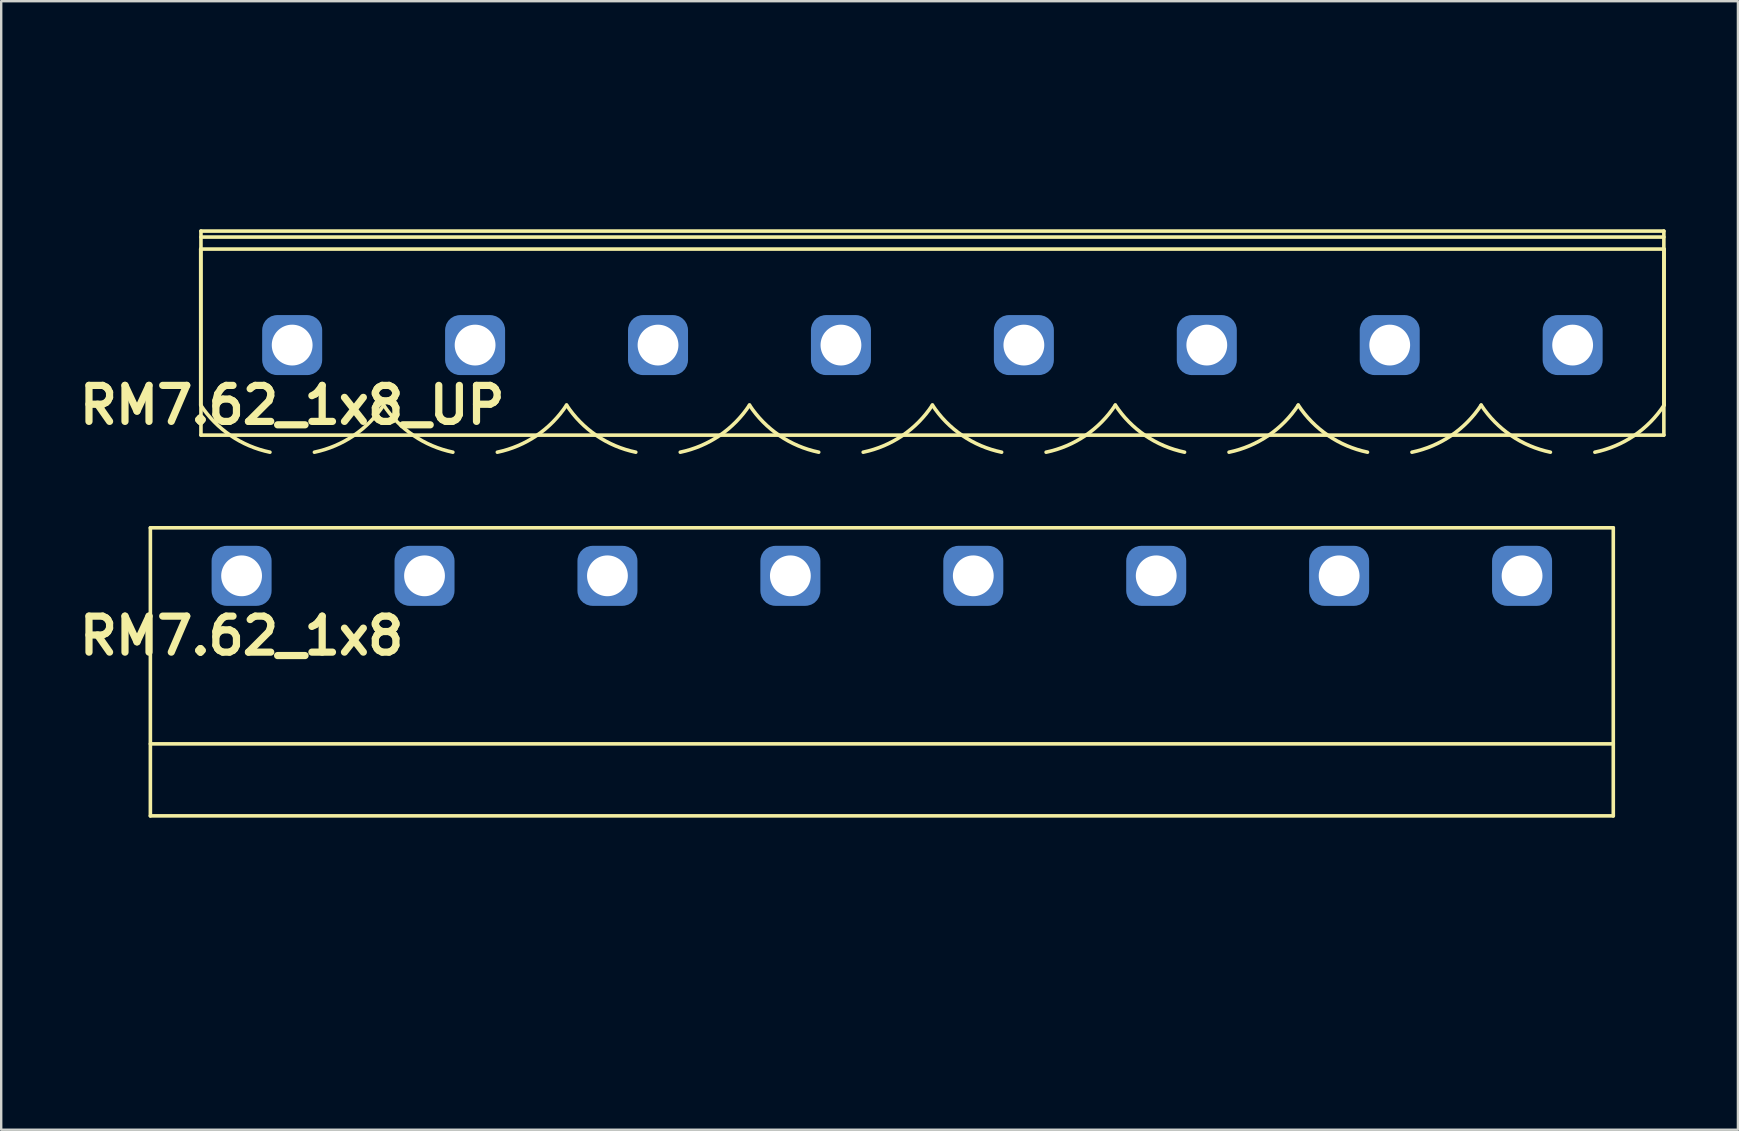
<source format=kicad_pcb>
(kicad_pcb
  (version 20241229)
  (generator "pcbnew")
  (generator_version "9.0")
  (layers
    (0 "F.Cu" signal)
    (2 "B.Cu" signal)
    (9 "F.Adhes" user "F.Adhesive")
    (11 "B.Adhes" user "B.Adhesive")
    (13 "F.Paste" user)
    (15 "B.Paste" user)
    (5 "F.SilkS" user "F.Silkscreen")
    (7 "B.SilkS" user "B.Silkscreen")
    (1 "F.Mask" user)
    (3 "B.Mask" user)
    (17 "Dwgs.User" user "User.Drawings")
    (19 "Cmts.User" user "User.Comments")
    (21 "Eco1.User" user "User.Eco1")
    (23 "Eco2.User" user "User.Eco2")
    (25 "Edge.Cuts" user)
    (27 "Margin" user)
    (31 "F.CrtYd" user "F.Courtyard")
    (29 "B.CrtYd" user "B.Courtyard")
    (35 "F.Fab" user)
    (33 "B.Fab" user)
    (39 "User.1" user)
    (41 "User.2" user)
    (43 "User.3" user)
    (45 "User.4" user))
  (footprint "RM7.62_1x8"
    (layer "F.Cu")
    (at 7.014 20.937)
    (property "Reference" "RM7.62_1x8" (at 0 2.5 0) (layer "F.SilkS") (effects (font (size 1.5 1.5) (thickness 0.3))))
    (attr through_hole)
    (fp_line (start -3.8 -2) (end -3.8 10) (stroke (width 0.15) (type solid)) (layer "F.SilkS"))
    (fp_line (start -3.8 7) (end 57.14 7) (stroke (width 0.15) (type solid)) (layer "F.SilkS"))
    (fp_line (start -3.8 10) (end 57.14 10) (stroke (width 0.15) (type solid)) (layer "F.SilkS"))
    (fp_line (start 57.14 -2) (end -3.8 -2) (stroke (width 0.15) (type solid)) (layer "F.SilkS"))
    (fp_line (start 57.14 10) (end 57.14 -2) (stroke (width 0.15) (type solid)) (layer "F.SilkS"))
    (fp_line (start -3.81 20) (end -3.81 10) (stroke (width 0.15) (type solid)) (layer "Margin"))
    (fp_line (start -3.81 20) (end 57.15 20) (stroke (width 0.15) (type solid)) (layer "Margin"))
    (fp_line (start -1.5 15) (end 1.5 15) (stroke (width 0.15) (type solid)) (layer "Margin"))
    (fp_line (start 6.12 15) (end 9.12 15) (stroke (width 0.15) (type solid)) (layer "Margin"))
    (fp_line (start 13.74 15) (end 16.74 15) (stroke (width 0.15) (type solid)) (layer "Margin"))
    (fp_line (start 21.36 15) (end 24.36 15) (stroke (width 0.15) (type solid)) (layer "Margin"))
    (fp_line (start 28.98 15) (end 31.98 15) (stroke (width 0.15) (type solid)) (layer "Margin"))
    (fp_line (start 36.6 15) (end 39.6 15) (stroke (width 0.15) (type solid)) (layer "Margin"))
    (fp_line (start 44.22 15) (end 47.22 15) (stroke (width 0.15) (type solid)) (layer "Margin"))
    (fp_line (start 51.84 15) (end 54.84 15) (stroke (width 0.15) (type solid)) (layer "Margin"))
    (fp_line (start 57.15 20) (end 57.15 10) (stroke (width 0.15) (type solid)) (layer "Margin"))
    (fp_circle (center 0 15) (end 0 13.5) (stroke (width 0.15) (type solid)) (fill no) (layer "Margin"))
    (fp_circle (center 7.62 15) (end 7.62 13.5) (stroke (width 0.15) (type solid)) (fill no) (layer "Margin"))
    (fp_circle (center 15.24 15) (end 15.24 13.5) (stroke (width 0.15) (type solid)) (fill no) (layer "Margin"))
    (fp_circle (center 22.86 15) (end 22.86 13.5) (stroke (width 0.15) (type solid)) (fill no) (layer "Margin"))
    (fp_circle (center 30.48 15) (end 30.48 13.5) (stroke (width 0.15) (type solid)) (fill no) (layer "Margin"))
    (fp_circle (center 38.1 15) (end 38.1 13.5) (stroke (width 0.15) (type solid)) (fill no) (layer "Margin"))
    (fp_circle (center 45.72 15) (end 45.72 13.5) (stroke (width 0.15) (type solid)) (fill no) (layer "Margin"))
    (fp_circle (center 53.34 15) (end 53.34 13.5) (stroke (width 0.15) (type solid)) (fill no) (layer "Margin"))
    (pad "1" thru_hole circle (at 0 0) (size 2 2) (drill 1.7) (layers "*.Cu" "*.Mask"))
    (pad "1" smd roundrect (at 0 0) (size 2.5 2.5) (layers "B.Cu" "B.Mask") (roundrect_rratio 0.25))
    (pad "2" thru_hole circle (at 7.62 0) (size 2 2) (drill 1.7) (layers "*.Cu" "*.Mask"))
    (pad "2" smd roundrect (at 7.62 0) (size 2.5 2.5) (layers "B.Cu" "B.Mask") (roundrect_rratio 0.25))
    (pad "3" thru_hole circle (at 15.24 0) (size 2 2) (drill 1.7) (layers "*.Cu" "*.Mask"))
    (pad "3" smd roundrect (at 15.24 0) (size 2.5 2.5) (layers "B.Cu" "B.Mask") (roundrect_rratio 0.25))
    (pad "4" thru_hole circle (at 22.86 0) (size 2 2) (drill 1.7) (layers "*.Cu" "*.Mask"))
    (pad "4" smd roundrect (at 22.86 0) (size 2.5 2.5) (layers "B.Cu" "B.Mask") (roundrect_rratio 0.25))
    (pad "5" thru_hole circle (at 30.48 0) (size 2 2) (drill 1.7) (layers "*.Cu" "*.Mask"))
    (pad "5" smd roundrect (at 30.48 0) (size 2.5 2.5) (layers "B.Cu" "B.Mask") (roundrect_rratio 0.25))
    (pad "6" thru_hole circle (at 38.1 0) (size 2 2) (drill 1.7) (layers "*.Cu" "*.Mask"))
    (pad "6" smd roundrect (at 38.1 0) (size 2.5 2.5) (layers "B.Cu" "B.Mask") (roundrect_rratio 0.25))
    (pad "7" thru_hole circle (at 45.72 0) (size 2 2) (drill 1.7) (layers "*.Cu" "*.Mask"))
    (pad "7" smd roundrect (at 45.72 0) (size 2.5 2.5) (layers "B.Cu" "B.Mask") (roundrect_rratio 0.25))
    (pad "8" thru_hole circle (at 53.34 0) (size 2 2) (drill 1.7) (layers "*.Cu" "*.Mask"))
    (pad "8" smd roundrect (at 53.34 0) (size 2.5 2.5) (layers "B.Cu" "B.Mask") (roundrect_rratio 0.25)))
  (footprint "RM7.62_1x8_UP"
    (layer "F.Cu")
    (at 9.121 11.325)
    (property "Reference" "RM7.62_1x8_UP" (at 0 2.5 0) (layer "F.SilkS") (effects (font (size 1.5 1.5) (thickness 0.3))))
    (attr through_hole)
    (fp_line (start -3.81 -4) (end -3.81 2.5) (stroke (width 0.15) (type solid)) (layer "F.SilkS"))
    (fp_line (start -3.81 -4) (end 57.15 -4) (stroke (width 0.15) (type solid)) (layer "F.SilkS"))
    (fp_line (start -3.8 -4.75) (end -3.8 3.75) (stroke (width 0.15) (type solid)) (layer "F.SilkS"))
    (fp_line (start -3.8 -4.5) (end 57.14 -4.5) (stroke (width 0.15) (type solid)) (layer "F.SilkS"))
    (fp_line (start -3.8 3.75) (end 57.14 3.75) (stroke (width 0.15) (type solid)) (layer "F.SilkS"))
    (fp_line (start 57.14 -4.75) (end -3.8 -4.75) (stroke (width 0.15) (type solid)) (layer "F.SilkS"))
    (fp_line (start 57.14 3.75) (end 57.14 -4.75) (stroke (width 0.15) (type solid)) (layer "F.SilkS"))
    (fp_line (start 57.15 -4) (end 57.15 2.5) (stroke (width 0.15) (type solid)) (layer "F.SilkS"))
    (fp_arc (start -0.92631 4.461844) (mid -2.563273 3.767723) (end -3.81 2.5) (stroke (width 0.15) (type solid)) (layer "F.SilkS"))
    (fp_arc (start 3.81 2.5) (mid 2.563272 3.767723) (end 0.92631 4.461844) (stroke (width 0.15) (type solid)) (layer "F.SilkS"))
    (fp_arc (start 6.69369 4.461844) (mid 5.056727 3.767723) (end 3.81 2.5) (stroke (width 0.15) (type solid)) (layer "F.SilkS"))
    (fp_arc (start 11.43 2.5) (mid 10.183272 3.767723) (end 8.54631 4.461844) (stroke (width 0.15) (type solid)) (layer "F.SilkS"))
    (fp_arc (start 14.31369 4.461844) (mid 12.676727 3.767723) (end 11.43 2.5) (stroke (width 0.15) (type solid)) (layer "F.SilkS"))
    (fp_arc (start 19.05 2.5) (mid 17.803272 3.767723) (end 16.16631 4.461844) (stroke (width 0.15) (type solid)) (layer "F.SilkS"))
    (fp_arc (start 21.93369 4.461844) (mid 20.296727 3.767723) (end 19.05 2.5) (stroke (width 0.15) (type solid)) (layer "F.SilkS"))
    (fp_arc (start 26.67 2.5) (mid 25.423272 3.767723) (end 23.78631 4.461844) (stroke (width 0.15) (type solid)) (layer "F.SilkS"))
    (fp_arc (start 29.55369 4.461844) (mid 27.916727 3.767723) (end 26.67 2.5) (stroke (width 0.15) (type solid)) (layer "F.SilkS"))
    (fp_arc (start 34.29 2.5) (mid 33.043272 3.767723) (end 31.40631 4.461844) (stroke (width 0.15) (type solid)) (layer "F.SilkS"))
    (fp_arc (start 37.17369 4.461844) (mid 35.536727 3.767723) (end 34.29 2.5) (stroke (width 0.15) (type solid)) (layer "F.SilkS"))
    (fp_arc (start 41.91 2.5) (mid 40.663272 3.767723) (end 39.02631 4.461844) (stroke (width 0.15) (type solid)) (layer "F.SilkS"))
    (fp_arc (start 44.79369 4.461844) (mid 43.156727 3.767723) (end 41.91 2.5) (stroke (width 0.15) (type solid)) (layer "F.SilkS"))
    (fp_arc (start 49.53 2.5) (mid 48.283272 3.767723) (end 46.64631 4.461844) (stroke (width 0.15) (type solid)) (layer "F.SilkS"))
    (fp_arc (start 52.41369 4.461844) (mid 50.776727 3.767723) (end 49.53 2.5) (stroke (width 0.15) (type solid)) (layer "F.SilkS"))
    (fp_arc (start 57.15 2.5) (mid 55.903272 3.767723) (end 54.26631 4.461844) (stroke (width 0.15) (type solid)) (layer "F.SilkS"))
    (fp_line (start -3.81 -11.25) (end -3.81 3.75) (stroke (width 0.15) (type solid)) (layer "Margin"))
    (fp_line (start -3.81 3.75) (end 57.15 3.75) (stroke (width 0.15) (type solid)) (layer "Margin"))
    (fp_line (start -1.25 -1.25) (end -1.25 1) (stroke (width 0.15) (type solid)) (layer "Margin"))
    (fp_line (start -1.25 1) (end 1.25 1) (stroke (width 0.15) (type solid)) (layer "Margin"))
    (fp_line (start 1.25 -1.25) (end -1.25 -1.25) (stroke (width 0.15) (type solid)) (layer "Margin"))
    (fp_line (start 1.25 1) (end 1.25 -1.25) (stroke (width 0.15) (type solid)) (layer "Margin"))
    (fp_line (start 6.37 -1.25) (end 6.37 1) (stroke (width 0.15) (type solid)) (layer "Margin"))
    (fp_line (start 6.37 1) (end 8.87 1) (stroke (width 0.15) (type solid)) (layer "Margin"))
    (fp_line (start 8.87 -1.25) (end 6.37 -1.25) (stroke (width 0.15) (type solid)) (layer "Margin"))
    (fp_line (start 8.87 1) (end 8.87 -1.25) (stroke (width 0.15) (type solid)) (layer "Margin"))
    (fp_line (start 13.99 -1.25) (end 13.99 1) (stroke (width 0.15) (type solid)) (layer "Margin"))
    (fp_line (start 13.99 1) (end 16.49 1) (stroke (width 0.15) (type solid)) (layer "Margin"))
    (fp_line (start 16.49 -1.25) (end 13.99 -1.25) (stroke (width 0.15) (type solid)) (layer "Margin"))
    (fp_line (start 16.49 1) (end 16.49 -1.25) (stroke (width 0.15) (type solid)) (layer "Margin"))
    (fp_line (start 21.61 -1.25) (end 21.61 1) (stroke (width 0.15) (type solid)) (layer "Margin"))
    (fp_line (start 21.61 1) (end 24.11 1) (stroke (width 0.15) (type solid)) (layer "Margin"))
    (fp_line (start 24.11 -1.25) (end 21.61 -1.25) (stroke (width 0.15) (type solid)) (layer "Margin"))
    (fp_line (start 24.11 1) (end 24.11 -1.25) (stroke (width 0.15) (type solid)) (layer "Margin"))
    (fp_line (start 29.23 -1.25) (end 29.23 1) (stroke (width 0.15) (type solid)) (layer "Margin"))
    (fp_line (start 29.23 1) (end 31.73 1) (stroke (width 0.15) (type solid)) (layer "Margin"))
    (fp_line (start 31.73 -1.25) (end 29.23 -1.25) (stroke (width 0.15) (type solid)) (layer "Margin"))
    (fp_line (start 31.73 1) (end 31.73 -1.25) (stroke (width 0.15) (type solid)) (layer "Margin"))
    (fp_line (start 36.85 -1.25) (end 36.85 1) (stroke (width 0.15) (type solid)) (layer "Margin"))
    (fp_line (start 36.85 1) (end 39.35 1) (stroke (width 0.15) (type solid)) (layer "Margin"))
    (fp_line (start 39.35 -1.25) (end 36.85 -1.25) (stroke (width 0.15) (type solid)) (layer "Margin"))
    (fp_line (start 39.35 1) (end 39.35 -1.25) (stroke (width 0.15) (type solid)) (layer "Margin"))
    (fp_line (start 44.47 -1.25) (end 44.47 1) (stroke (width 0.15) (type solid)) (layer "Margin"))
    (fp_line (start 44.47 1) (end 46.97 1) (stroke (width 0.15) (type solid)) (layer "Margin"))
    (fp_line (start 46.97 -1.25) (end 44.47 -1.25) (stroke (width 0.15) (type solid)) (layer "Margin"))
    (fp_line (start 46.97 1) (end 46.97 -1.25) (stroke (width 0.15) (type solid)) (layer "Margin"))
    (fp_line (start 52.09 -1.25) (end 52.09 1) (stroke (width 0.15) (type solid)) (layer "Margin"))
    (fp_line (start 52.09 1) (end 54.59 1) (stroke (width 0.15) (type solid)) (layer "Margin"))
    (fp_line (start 54.59 -1.25) (end 52.09 -1.25) (stroke (width 0.15) (type solid)) (layer "Margin"))
    (fp_line (start 54.59 1) (end 54.59 -1.25) (stroke (width 0.15) (type solid)) (layer "Margin"))
    (fp_line (start 57.15 -11.25) (end -3.81 -11.25) (stroke (width 0.15) (type solid)) (layer "Margin"))
    (fp_line (start 57.15 3.75) (end 57.15 -11.25) (stroke (width 0.15) (type solid)) (layer "Margin"))
    (pad "1" thru_hole circle (at 0 0) (size 2 2) (drill 1.7) (layers "*.Cu" "*.Mask"))
    (pad "1" smd roundrect (at 0 0) (size 2.5 2.5) (layers "B.Cu" "B.Mask") (roundrect_rratio 0.25))
    (pad "2" thru_hole circle (at 7.62 0) (size 2 2) (drill 1.7) (layers "*.Cu" "*.Mask"))
    (pad "2" smd roundrect (at 7.62 0) (size 2.5 2.5) (layers "B.Cu" "B.Mask") (roundrect_rratio 0.25))
    (pad "3" thru_hole circle (at 15.24 0) (size 2 2) (drill 1.7) (layers "*.Cu" "*.Mask"))
    (pad "3" smd roundrect (at 15.24 0) (size 2.5 2.5) (layers "B.Cu" "B.Mask") (roundrect_rratio 0.25))
    (pad "4" thru_hole circle (at 22.86 0) (size 2 2) (drill 1.7) (layers "*.Cu" "*.Mask"))
    (pad "4" smd roundrect (at 22.86 0) (size 2.5 2.5) (layers "B.Cu" "B.Mask") (roundrect_rratio 0.25))
    (pad "5" thru_hole circle (at 30.48 0) (size 2 2) (drill 1.7) (layers "*.Cu" "*.Mask"))
    (pad "5" smd roundrect (at 30.48 0) (size 2.5 2.5) (layers "B.Cu" "B.Mask") (roundrect_rratio 0.25))
    (pad "6" thru_hole circle (at 38.1 0) (size 2 2) (drill 1.7) (layers "*.Cu" "*.Mask"))
    (pad "6" smd roundrect (at 38.1 0) (size 2.5 2.5) (layers "B.Cu" "B.Mask") (roundrect_rratio 0.25))
    (pad "7" thru_hole circle (at 45.72 0) (size 2 2) (drill 1.7) (layers "*.Cu" "*.Mask"))
    (pad "7" smd roundrect (at 45.72 0) (size 2.5 2.5) (layers "B.Cu" "B.Mask") (roundrect_rratio 0.25))
    (pad "8" thru_hole circle (at 53.34 0) (size 2 2) (drill 1.7) (layers "*.Cu" "*.Mask"))
    (pad "8" smd roundrect (at 53.34 0) (size 2.5 2.5) (layers "B.Cu" "B.Mask") (roundrect_rratio 0.25)))
  (gr_rect
    (start -3 -3)
    (end 69.346 44.012)
    (stroke (width 0.1) (type default))
    (fill no)
    (layer "Edge.Cuts")))
</source>
